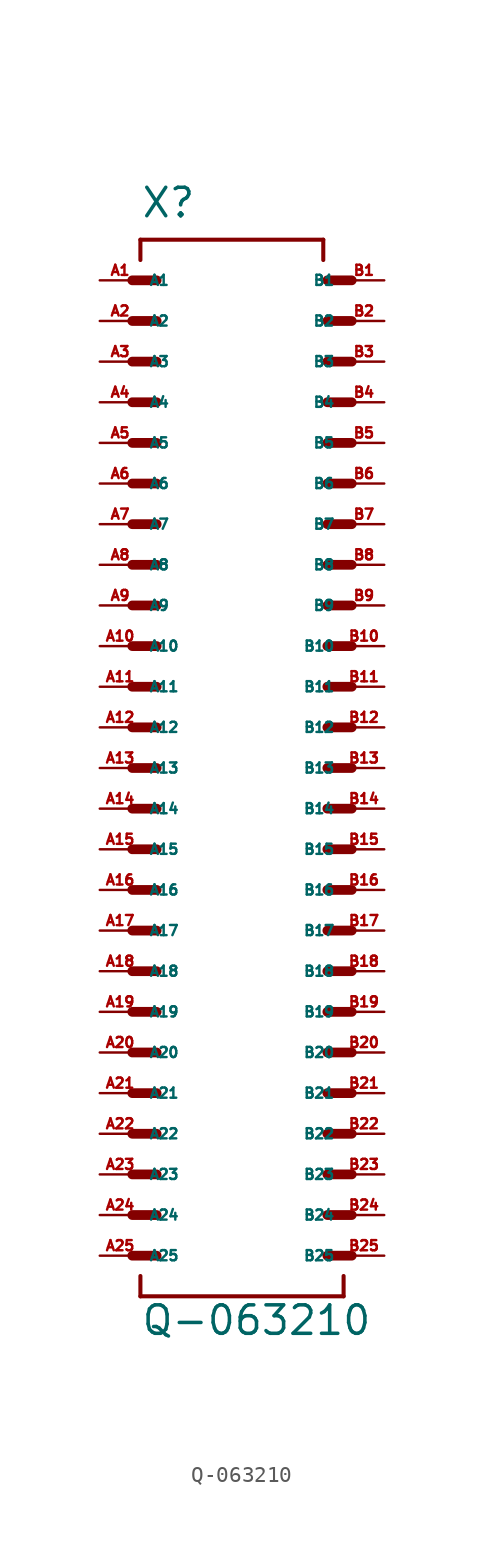
<source format=kicad_sym>
(kicad_symbol_lib
  (version 20220914)
  (generator Eagle2Kicad)
  (symbol "Q-063210"
    (property "Reference" "X"
      (at -5.08 34.29 0)
      (effects (font (size 1.778 1.778) (thickness 0.22)) (justify left bottom)))
    (property "Value" "Q-063210"
      (at -5.08 -35.56 0)
      (effects (font (size 1.778 1.778) (thickness 0.22)) (justify left bottom)))
    (polyline
      (pts (xy -5.588 30.48) (xy -4.064 30.48))
      (stroke (width 0.61) (type default))
      (fill (type none)))
    (polyline
      (pts (xy -5.588 27.94) (xy -4.064 27.94))
      (stroke (width 0.61) (type default))
      (fill (type none)))
    (polyline
      (pts (xy -5.588 25.4) (xy -4.064 25.4))
      (stroke (width 0.61) (type default))
      (fill (type none)))
    (polyline
      (pts (xy -5.588 22.86) (xy -4.064 22.86))
      (stroke (width 0.61) (type default))
      (fill (type none)))
    (polyline
      (pts (xy -5.588 20.32) (xy -4.064 20.32))
      (stroke (width 0.61) (type default))
      (fill (type none)))
    (polyline
      (pts (xy -5.588 17.78) (xy -4.064 17.78))
      (stroke (width 0.61) (type default))
      (fill (type none)))
    (polyline
      (pts (xy 8.128 17.78) (xy 6.604 17.78))
      (stroke (width 0.61) (type default))
      (fill (type none)))
    (polyline
      (pts (xy 8.128 20.32) (xy 6.604 20.32))
      (stroke (width 0.61) (type default))
      (fill (type none)))
    (polyline
      (pts (xy 8.128 22.86) (xy 6.604 22.86))
      (stroke (width 0.61) (type default))
      (fill (type none)))
    (polyline
      (pts (xy 8.128 25.4) (xy 6.604 25.4))
      (stroke (width 0.61) (type default))
      (fill (type none)))
    (polyline
      (pts (xy 8.128 27.94) (xy 6.604 27.94))
      (stroke (width 0.61) (type default))
      (fill (type none)))
    (polyline
      (pts (xy 8.128 30.48) (xy 6.604 30.48))
      (stroke (width 0.61) (type default))
      (fill (type none)))
    (polyline
      (pts (xy -5.08 31.75) (xy -5.08 33.02))
      (stroke (width 0.254) (type default))
      (fill (type none)))
    (polyline
      (pts (xy -5.08 33.02) (xy 6.35 33.02))
      (stroke (width 0.254) (type default))
      (fill (type none)))
    (polyline
      (pts (xy 6.35 33.02) (xy 6.35 31.75))
      (stroke (width 0.254) (type default))
      (fill (type none)))
    (polyline
      (pts (xy -5.08 -31.75) (xy -5.08 -33.02))
      (stroke (width 0.254) (type default))
      (fill (type none)))
    (polyline
      (pts (xy -5.08 -33.02) (xy 7.62 -33.02))
      (stroke (width 0.254) (type default))
      (fill (type none)))
    (polyline
      (pts (xy 7.62 -33.02) (xy 7.62 -31.75))
      (stroke (width 0.254) (type default))
      (fill (type none)))
    (polyline
      (pts (xy -5.588 15.24) (xy -4.064 15.24))
      (stroke (width 0.61) (type default))
      (fill (type none)))
    (polyline
      (pts (xy -5.588 12.7) (xy -4.064 12.7))
      (stroke (width 0.61) (type default))
      (fill (type none)))
    (polyline
      (pts (xy -5.588 10.16) (xy -4.064 10.16))
      (stroke (width 0.61) (type default))
      (fill (type none)))
    (polyline
      (pts (xy -5.588 7.62) (xy -4.064 7.62))
      (stroke (width 0.61) (type default))
      (fill (type none)))
    (polyline
      (pts (xy -5.588 5.08) (xy -4.064 5.08))
      (stroke (width 0.61) (type default))
      (fill (type none)))
    (polyline
      (pts (xy -5.588 2.54) (xy -4.064 2.54))
      (stroke (width 0.61) (type default))
      (fill (type none)))
    (polyline
      (pts (xy 8.128 2.54) (xy 6.604 2.54))
      (stroke (width 0.61) (type default))
      (fill (type none)))
    (polyline
      (pts (xy 8.128 5.08) (xy 6.604 5.08))
      (stroke (width 0.61) (type default))
      (fill (type none)))
    (polyline
      (pts (xy 8.128 7.62) (xy 6.604 7.62))
      (stroke (width 0.61) (type default))
      (fill (type none)))
    (polyline
      (pts (xy 8.128 10.16) (xy 6.604 10.16))
      (stroke (width 0.61) (type default))
      (fill (type none)))
    (polyline
      (pts (xy 8.128 12.7) (xy 6.604 12.7))
      (stroke (width 0.61) (type default))
      (fill (type none)))
    (polyline
      (pts (xy 8.128 15.24) (xy 6.604 15.24))
      (stroke (width 0.61) (type default))
      (fill (type none)))
    (polyline
      (pts (xy -5.588 0) (xy -4.064 0))
      (stroke (width 0.61) (type default))
      (fill (type none)))
    (polyline
      (pts (xy 8.128 0) (xy 6.604 0))
      (stroke (width 0.61) (type default))
      (fill (type none)))
    (polyline
      (pts (xy -5.588 -2.54) (xy -4.064 -2.54))
      (stroke (width 0.61) (type default))
      (fill (type none)))
    (polyline
      (pts (xy -5.588 -5.08) (xy -4.064 -5.08))
      (stroke (width 0.61) (type default))
      (fill (type none)))
    (polyline
      (pts (xy -5.588 -7.62) (xy -4.064 -7.62))
      (stroke (width 0.61) (type default))
      (fill (type none)))
    (polyline
      (pts (xy -5.588 -10.16) (xy -4.064 -10.16))
      (stroke (width 0.61) (type default))
      (fill (type none)))
    (polyline
      (pts (xy -5.588 -12.7) (xy -4.064 -12.7))
      (stroke (width 0.61) (type default))
      (fill (type none)))
    (polyline
      (pts (xy -5.588 -15.24) (xy -4.064 -15.24))
      (stroke (width 0.61) (type default))
      (fill (type none)))
    (polyline
      (pts (xy 8.128 -15.24) (xy 6.604 -15.24))
      (stroke (width 0.61) (type default))
      (fill (type none)))
    (polyline
      (pts (xy 8.128 -12.7) (xy 6.604 -12.7))
      (stroke (width 0.61) (type default))
      (fill (type none)))
    (polyline
      (pts (xy 8.128 -10.16) (xy 6.604 -10.16))
      (stroke (width 0.61) (type default))
      (fill (type none)))
    (polyline
      (pts (xy 8.128 -7.62) (xy 6.604 -7.62))
      (stroke (width 0.61) (type default))
      (fill (type none)))
    (polyline
      (pts (xy 8.128 -5.08) (xy 6.604 -5.08))
      (stroke (width 0.61) (type default))
      (fill (type none)))
    (polyline
      (pts (xy 8.128 -2.54) (xy 6.604 -2.54))
      (stroke (width 0.61) (type default))
      (fill (type none)))
    (polyline
      (pts (xy -5.588 -17.78) (xy -4.064 -17.78))
      (stroke (width 0.61) (type default))
      (fill (type none)))
    (polyline
      (pts (xy -5.588 -20.32) (xy -4.064 -20.32))
      (stroke (width 0.61) (type default))
      (fill (type none)))
    (polyline
      (pts (xy -5.588 -22.86) (xy -4.064 -22.86))
      (stroke (width 0.61) (type default))
      (fill (type none)))
    (polyline
      (pts (xy -5.588 -25.4) (xy -4.064 -25.4))
      (stroke (width 0.61) (type default))
      (fill (type none)))
    (polyline
      (pts (xy -5.588 -27.94) (xy -4.064 -27.94))
      (stroke (width 0.61) (type default))
      (fill (type none)))
    (polyline
      (pts (xy -5.588 -30.48) (xy -4.064 -30.48))
      (stroke (width 0.61) (type default))
      (fill (type none)))
    (polyline
      (pts (xy 8.128 -30.48) (xy 6.604 -30.48))
      (stroke (width 0.61) (type default))
      (fill (type none)))
    (polyline
      (pts (xy 8.128 -27.94) (xy 6.604 -27.94))
      (stroke (width 0.61) (type default))
      (fill (type none)))
    (polyline
      (pts (xy 8.128 -25.4) (xy 6.604 -25.4))
      (stroke (width 0.61) (type default))
      (fill (type none)))
    (polyline
      (pts (xy 8.128 -22.86) (xy 6.604 -22.86))
      (stroke (width 0.61) (type default))
      (fill (type none)))
    (polyline
      (pts (xy 8.128 -20.32) (xy 6.604 -20.32))
      (stroke (width 0.61) (type default))
      (fill (type none)))
    (polyline
      (pts (xy 8.128 -17.78) (xy 6.604 -17.78))
      (stroke (width 0.61) (type default))
      (fill (type none)))
    (pin passive line
      (at -7.62 30.48 0)
      (length 2.54)
      (name "A1" (effects (font (size 0.635 0.635) (thickness 0.08)) (justify left bottom)))
      (number "A1" (effects (font (size 0.635 0.635) (thickness 0.08)) (justify left bottom))))
    (pin passive line
      (at -7.62 27.94 0)
      (length 2.54)
      (name "A2" (effects (font (size 0.635 0.635) (thickness 0.08)) (justify left bottom)))
      (number "A2" (effects (font (size 0.635 0.635) (thickness 0.08)) (justify left bottom))))
    (pin passive line
      (at -7.62 25.4 0)
      (length 2.54)
      (name "A3" (effects (font (size 0.635 0.635) (thickness 0.08)) (justify left bottom)))
      (number "A3" (effects (font (size 0.635 0.635) (thickness 0.08)) (justify left bottom))))
    (pin passive line
      (at -7.62 22.86 0)
      (length 2.54)
      (name "A4" (effects (font (size 0.635 0.635) (thickness 0.08)) (justify left bottom)))
      (number "A4" (effects (font (size 0.635 0.635) (thickness 0.08)) (justify left bottom))))
    (pin passive line
      (at -7.62 20.32 0)
      (length 2.54)
      (name "A5" (effects (font (size 0.635 0.635) (thickness 0.08)) (justify left bottom)))
      (number "A5" (effects (font (size 0.635 0.635) (thickness 0.08)) (justify left bottom))))
    (pin passive line
      (at -7.62 17.78 0)
      (length 2.54)
      (name "A6" (effects (font (size 0.635 0.635) (thickness 0.08)) (justify left bottom)))
      (number "A6" (effects (font (size 0.635 0.635) (thickness 0.08)) (justify left bottom))))
    (pin passive line
      (at 10.16 30.48 180)
      (length 2.54)
      (name "B1" (effects (font (size 0.635 0.635) (thickness 0.08)) (justify left bottom)))
      (number "B1" (effects (font (size 0.635 0.635) (thickness 0.08)) (justify left bottom))))
    (pin passive line
      (at 10.16 27.94 180)
      (length 2.54)
      (name "B2" (effects (font (size 0.635 0.635) (thickness 0.08)) (justify left bottom)))
      (number "B2" (effects (font (size 0.635 0.635) (thickness 0.08)) (justify left bottom))))
    (pin passive line
      (at 10.16 25.4 180)
      (length 2.54)
      (name "B3" (effects (font (size 0.635 0.635) (thickness 0.08)) (justify left bottom)))
      (number "B3" (effects (font (size 0.635 0.635) (thickness 0.08)) (justify left bottom))))
    (pin passive line
      (at 10.16 22.86 180)
      (length 2.54)
      (name "B4" (effects (font (size 0.635 0.635) (thickness 0.08)) (justify left bottom)))
      (number "B4" (effects (font (size 0.635 0.635) (thickness 0.08)) (justify left bottom))))
    (pin passive line
      (at 10.16 20.32 180)
      (length 2.54)
      (name "B5" (effects (font (size 0.635 0.635) (thickness 0.08)) (justify left bottom)))
      (number "B5" (effects (font (size 0.635 0.635) (thickness 0.08)) (justify left bottom))))
    (pin passive line
      (at 10.16 17.78 180)
      (length 2.54)
      (name "B6" (effects (font (size 0.635 0.635) (thickness 0.08)) (justify left bottom)))
      (number "B6" (effects (font (size 0.635 0.635) (thickness 0.08)) (justify left bottom))))
    (pin passive line
      (at -7.62 15.24 0)
      (length 2.54)
      (name "A7" (effects (font (size 0.635 0.635) (thickness 0.08)) (justify left bottom)))
      (number "A7" (effects (font (size 0.635 0.635) (thickness 0.08)) (justify left bottom))))
    (pin passive line
      (at -7.62 12.7 0)
      (length 2.54)
      (name "A8" (effects (font (size 0.635 0.635) (thickness 0.08)) (justify left bottom)))
      (number "A8" (effects (font (size 0.635 0.635) (thickness 0.08)) (justify left bottom))))
    (pin passive line
      (at -7.62 10.16 0)
      (length 2.54)
      (name "A9" (effects (font (size 0.635 0.635) (thickness 0.08)) (justify left bottom)))
      (number "A9" (effects (font (size 0.635 0.635) (thickness 0.08)) (justify left bottom))))
    (pin passive line
      (at -7.62 7.62 0)
      (length 2.54)
      (name "A10" (effects (font (size 0.635 0.635) (thickness 0.08)) (justify left bottom)))
      (number "A10" (effects (font (size 0.635 0.635) (thickness 0.08)) (justify left bottom))))
    (pin passive line
      (at -7.62 5.08 0)
      (length 2.54)
      (name "A11" (effects (font (size 0.635 0.635) (thickness 0.08)) (justify left bottom)))
      (number "A11" (effects (font (size 0.635 0.635) (thickness 0.08)) (justify left bottom))))
    (pin passive line
      (at -7.62 2.54 0)
      (length 2.54)
      (name "A12" (effects (font (size 0.635 0.635) (thickness 0.08)) (justify left bottom)))
      (number "A12" (effects (font (size 0.635 0.635) (thickness 0.08)) (justify left bottom))))
    (pin passive line
      (at 10.16 15.24 180)
      (length 2.54)
      (name "B7" (effects (font (size 0.635 0.635) (thickness 0.08)) (justify left bottom)))
      (number "B7" (effects (font (size 0.635 0.635) (thickness 0.08)) (justify left bottom))))
    (pin passive line
      (at 10.16 12.7 180)
      (length 2.54)
      (name "B8" (effects (font (size 0.635 0.635) (thickness 0.08)) (justify left bottom)))
      (number "B8" (effects (font (size 0.635 0.635) (thickness 0.08)) (justify left bottom))))
    (pin passive line
      (at 10.16 10.16 180)
      (length 2.54)
      (name "B9" (effects (font (size 0.635 0.635) (thickness 0.08)) (justify left bottom)))
      (number "B9" (effects (font (size 0.635 0.635) (thickness 0.08)) (justify left bottom))))
    (pin passive line
      (at 10.16 7.62 180)
      (length 2.54)
      (name "B10" (effects (font (size 0.635 0.635) (thickness 0.08)) (justify left bottom)))
      (number "B10" (effects (font (size 0.635 0.635) (thickness 0.08)) (justify left bottom))))
    (pin passive line
      (at 10.16 5.08 180)
      (length 2.54)
      (name "B11" (effects (font (size 0.635 0.635) (thickness 0.08)) (justify left bottom)))
      (number "B11" (effects (font (size 0.635 0.635) (thickness 0.08)) (justify left bottom))))
    (pin passive line
      (at 10.16 2.54 180)
      (length 2.54)
      (name "B12" (effects (font (size 0.635 0.635) (thickness 0.08)) (justify left bottom)))
      (number "B12" (effects (font (size 0.635 0.635) (thickness 0.08)) (justify left bottom))))
    (pin passive line
      (at -7.62 0 0)
      (length 2.54)
      (name "A13" (effects (font (size 0.635 0.635) (thickness 0.08)) (justify left bottom)))
      (number "A13" (effects (font (size 0.635 0.635) (thickness 0.08)) (justify left bottom))))
    (pin passive line
      (at 10.16 0 180)
      (length 2.54)
      (name "B13" (effects (font (size 0.635 0.635) (thickness 0.08)) (justify left bottom)))
      (number "B13" (effects (font (size 0.635 0.635) (thickness 0.08)) (justify left bottom))))
    (pin passive line
      (at -7.62 -2.54 0)
      (length 2.54)
      (name "A14" (effects (font (size 0.635 0.635) (thickness 0.08)) (justify left bottom)))
      (number "A14" (effects (font (size 0.635 0.635) (thickness 0.08)) (justify left bottom))))
    (pin passive line
      (at -7.62 -5.08 0)
      (length 2.54)
      (name "A15" (effects (font (size 0.635 0.635) (thickness 0.08)) (justify left bottom)))
      (number "A15" (effects (font (size 0.635 0.635) (thickness 0.08)) (justify left bottom))))
    (pin passive line
      (at -7.62 -7.62 0)
      (length 2.54)
      (name "A16" (effects (font (size 0.635 0.635) (thickness 0.08)) (justify left bottom)))
      (number "A16" (effects (font (size 0.635 0.635) (thickness 0.08)) (justify left bottom))))
    (pin passive line
      (at -7.62 -10.16 0)
      (length 2.54)
      (name "A17" (effects (font (size 0.635 0.635) (thickness 0.08)) (justify left bottom)))
      (number "A17" (effects (font (size 0.635 0.635) (thickness 0.08)) (justify left bottom))))
    (pin passive line
      (at -7.62 -12.7 0)
      (length 2.54)
      (name "A18" (effects (font (size 0.635 0.635) (thickness 0.08)) (justify left bottom)))
      (number "A18" (effects (font (size 0.635 0.635) (thickness 0.08)) (justify left bottom))))
    (pin passive line
      (at -7.62 -15.24 0)
      (length 2.54)
      (name "A19" (effects (font (size 0.635 0.635) (thickness 0.08)) (justify left bottom)))
      (number "A19" (effects (font (size 0.635 0.635) (thickness 0.08)) (justify left bottom))))
    (pin passive line
      (at 10.16 -2.54 180)
      (length 2.54)
      (name "B14" (effects (font (size 0.635 0.635) (thickness 0.08)) (justify left bottom)))
      (number "B14" (effects (font (size 0.635 0.635) (thickness 0.08)) (justify left bottom))))
    (pin passive line
      (at 10.16 -5.08 180)
      (length 2.54)
      (name "B15" (effects (font (size 0.635 0.635) (thickness 0.08)) (justify left bottom)))
      (number "B15" (effects (font (size 0.635 0.635) (thickness 0.08)) (justify left bottom))))
    (pin passive line
      (at 10.16 -7.62 180)
      (length 2.54)
      (name "B16" (effects (font (size 0.635 0.635) (thickness 0.08)) (justify left bottom)))
      (number "B16" (effects (font (size 0.635 0.635) (thickness 0.08)) (justify left bottom))))
    (pin passive line
      (at 10.16 -10.16 180)
      (length 2.54)
      (name "B17" (effects (font (size 0.635 0.635) (thickness 0.08)) (justify left bottom)))
      (number "B17" (effects (font (size 0.635 0.635) (thickness 0.08)) (justify left bottom))))
    (pin passive line
      (at 10.16 -12.7 180)
      (length 2.54)
      (name "B18" (effects (font (size 0.635 0.635) (thickness 0.08)) (justify left bottom)))
      (number "B18" (effects (font (size 0.635 0.635) (thickness 0.08)) (justify left bottom))))
    (pin passive line
      (at 10.16 -15.24 180)
      (length 2.54)
      (name "B19" (effects (font (size 0.635 0.635) (thickness 0.08)) (justify left bottom)))
      (number "B19" (effects (font (size 0.635 0.635) (thickness 0.08)) (justify left bottom))))
    (pin passive line
      (at -7.62 -17.78 0)
      (length 2.54)
      (name "A20" (effects (font (size 0.635 0.635) (thickness 0.08)) (justify left bottom)))
      (number "A20" (effects (font (size 0.635 0.635) (thickness 0.08)) (justify left bottom))))
    (pin passive line
      (at -7.62 -20.32 0)
      (length 2.54)
      (name "A21" (effects (font (size 0.635 0.635) (thickness 0.08)) (justify left bottom)))
      (number "A21" (effects (font (size 0.635 0.635) (thickness 0.08)) (justify left bottom))))
    (pin passive line
      (at -7.62 -22.86 0)
      (length 2.54)
      (name "A22" (effects (font (size 0.635 0.635) (thickness 0.08)) (justify left bottom)))
      (number "A22" (effects (font (size 0.635 0.635) (thickness 0.08)) (justify left bottom))))
    (pin passive line
      (at -7.62 -25.4 0)
      (length 2.54)
      (name "A23" (effects (font (size 0.635 0.635) (thickness 0.08)) (justify left bottom)))
      (number "A23" (effects (font (size 0.635 0.635) (thickness 0.08)) (justify left bottom))))
    (pin passive line
      (at -7.62 -27.94 0)
      (length 2.54)
      (name "A24" (effects (font (size 0.635 0.635) (thickness 0.08)) (justify left bottom)))
      (number "A24" (effects (font (size 0.635 0.635) (thickness 0.08)) (justify left bottom))))
    (pin passive line
      (at -7.62 -30.48 0)
      (length 2.54)
      (name "A25" (effects (font (size 0.635 0.635) (thickness 0.08)) (justify left bottom)))
      (number "A25" (effects (font (size 0.635 0.635) (thickness 0.08)) (justify left bottom))))
    (pin passive line
      (at 10.16 -17.78 180)
      (length 2.54)
      (name "B20" (effects (font (size 0.635 0.635) (thickness 0.08)) (justify left bottom)))
      (number "B20" (effects (font (size 0.635 0.635) (thickness 0.08)) (justify left bottom))))
    (pin passive line
      (at 10.16 -20.32 180)
      (length 2.54)
      (name "B21" (effects (font (size 0.635 0.635) (thickness 0.08)) (justify left bottom)))
      (number "B21" (effects (font (size 0.635 0.635) (thickness 0.08)) (justify left bottom))))
    (pin passive line
      (at 10.16 -22.86 180)
      (length 2.54)
      (name "B22" (effects (font (size 0.635 0.635) (thickness 0.08)) (justify left bottom)))
      (number "B22" (effects (font (size 0.635 0.635) (thickness 0.08)) (justify left bottom))))
    (pin passive line
      (at 10.16 -25.4 180)
      (length 2.54)
      (name "B23" (effects (font (size 0.635 0.635) (thickness 0.08)) (justify left bottom)))
      (number "B23" (effects (font (size 0.635 0.635) (thickness 0.08)) (justify left bottom))))
    (pin passive line
      (at 10.16 -27.94 180)
      (length 2.54)
      (name "B24" (effects (font (size 0.635 0.635) (thickness 0.08)) (justify left bottom)))
      (number "B24" (effects (font (size 0.635 0.635) (thickness 0.08)) (justify left bottom))))
    (pin passive line
      (at 10.16 -30.48 180)
      (length 2.54)
      (name "B25" (effects (font (size 0.635 0.635) (thickness 0.08)) (justify left bottom)))
      (number "B25" (effects (font (size 0.635 0.635) (thickness 0.08)) (justify left bottom))))))
</source>
